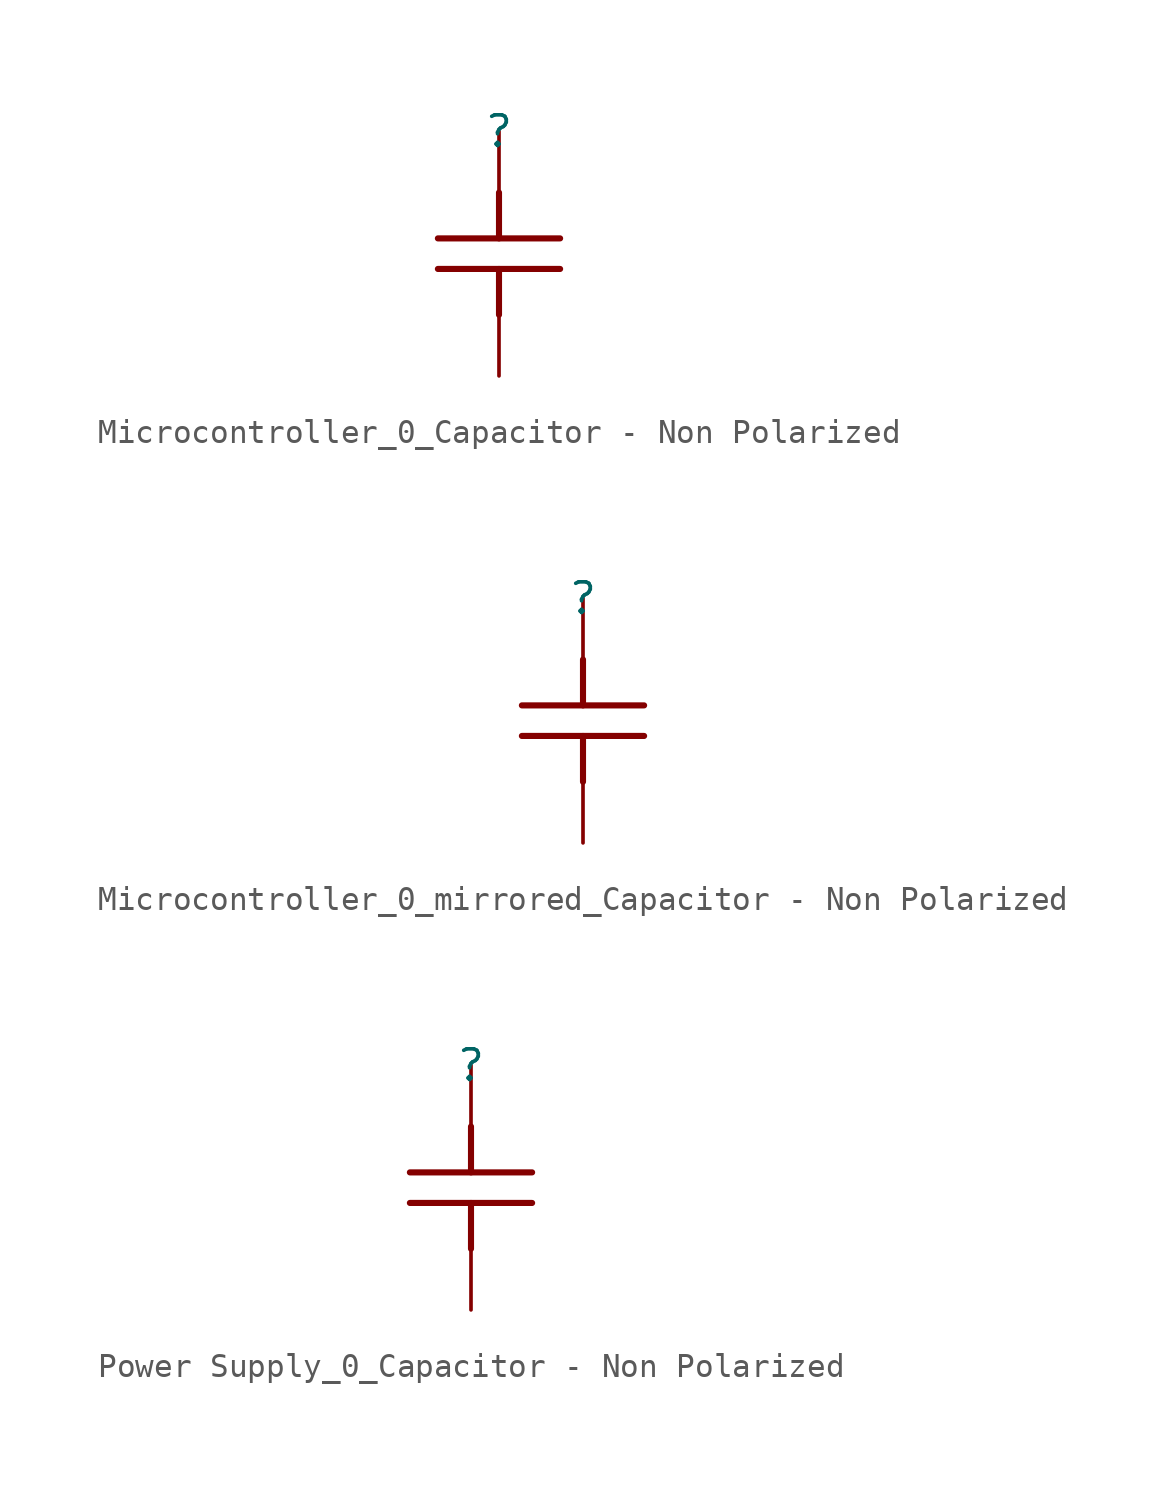
<source format=kicad_sym>
(kicad_symbol_lib
  (version 20231120)
  (generator "kicad_symbol_editor")
  (generator_version "8.0")
  (symbol "Microcontroller_0_Capacitor - Non Polarized"
    (property "Reference" ""
      (at 0 0 0)
      (effects (font (size 1.27 1.27))))
    (property "Value" ""
      (at 0 0 0)
      (effects (font (size 1.27 1.27))))
    (symbol "Microcontroller_0_Capacitor - Non Polarized_1_0"
      (polyline (pts (xy -2.54 -4.445) (xy 2.54 -4.445)) (stroke (width 0.254) (type solid)) (fill (type none)))
      (polyline (pts (xy 0 -7.62) (xy 0 -5.715)) (stroke (width 0.254) (type solid)) (fill (type none)))
      (polyline (pts (xy 0 -2.54) (xy 0 -4.445)) (stroke (width 0.254) (type solid)) (fill (type none)))
      (polyline (pts (xy 2.54 -5.715) (xy -2.54 -5.715)) (stroke (width 0.254) (type solid)) (fill (type none)))
      (pin passive line (at 0 0 270) (length 2.54) (name "" (effects (font (size 1.27 1.27)))) (number "1" (effects (font (size 0 0)))))
      (pin passive line (at 0 -10.16 90) (length 2.54) (name "" (effects (font (size 0 0)))) (number "2" (effects (font (size 0 0)))))))
  (symbol "Microcontroller_0_mirrored_Capacitor - Non Polarized"
    (property "Reference" ""
      (at 0 0 0)
      (effects (font (size 1.27 1.27))))
    (property "Value" ""
      (at 0 0 0)
      (effects (font (size 1.27 1.27))))
    (symbol "Microcontroller_0_mirrored_Capacitor - Non Polarized_1_0"
      (polyline (pts (xy -2.54 -5.715) (xy 2.54 -5.715)) (stroke (width 0.254) (type solid)) (fill (type none)))
      (polyline (pts (xy 0 -7.62) (xy 0 -5.715)) (stroke (width 0.254) (type solid)) (fill (type none)))
      (polyline (pts (xy 0 -2.54) (xy 0 -4.445)) (stroke (width 0.254) (type solid)) (fill (type none)))
      (polyline (pts (xy 2.54 -4.445) (xy -2.54 -4.445)) (stroke (width 0.254) (type solid)) (fill (type none)))
      (pin passive line (at 0 0 270) (length 2.54) (name "" (effects (font (size 1.27 1.27)))) (number "1" (effects (font (size 0 0)))))
      (pin passive line (at 0 -10.16 90) (length 2.54) (name "" (effects (font (size 0 0)))) (number "2" (effects (font (size 0 0)))))))
  (symbol "Power Supply_0_Capacitor - Non Polarized"
    (property "Reference" ""
      (at 0 0 0)
      (effects (font (size 1.27 1.27))))
    (property "Value" ""
      (at 0 0 0)
      (effects (font (size 1.27 1.27))))
    (symbol "Power Supply_0_Capacitor - Non Polarized_1_0"
      (polyline (pts (xy -2.54 -4.445) (xy 2.54 -4.445)) (stroke (width 0.254) (type solid)) (fill (type none)))
      (polyline (pts (xy 0 -7.62) (xy 0 -5.715)) (stroke (width 0.254) (type solid)) (fill (type none)))
      (polyline (pts (xy 0 -2.54) (xy 0 -4.445)) (stroke (width 0.254) (type solid)) (fill (type none)))
      (polyline (pts (xy 2.54 -5.715) (xy -2.54 -5.715)) (stroke (width 0.254) (type solid)) (fill (type none)))
      (pin passive line (at 0 0 270) (length 2.54) (name "" (effects (font (size 1.27 1.27)))) (number "1" (effects (font (size 0 0)))))
      (pin passive line (at 0 -10.16 90) (length 2.54) (name "" (effects (font (size 0 0)))) (number "2" (effects (font (size 0 0))))))))
</source>
